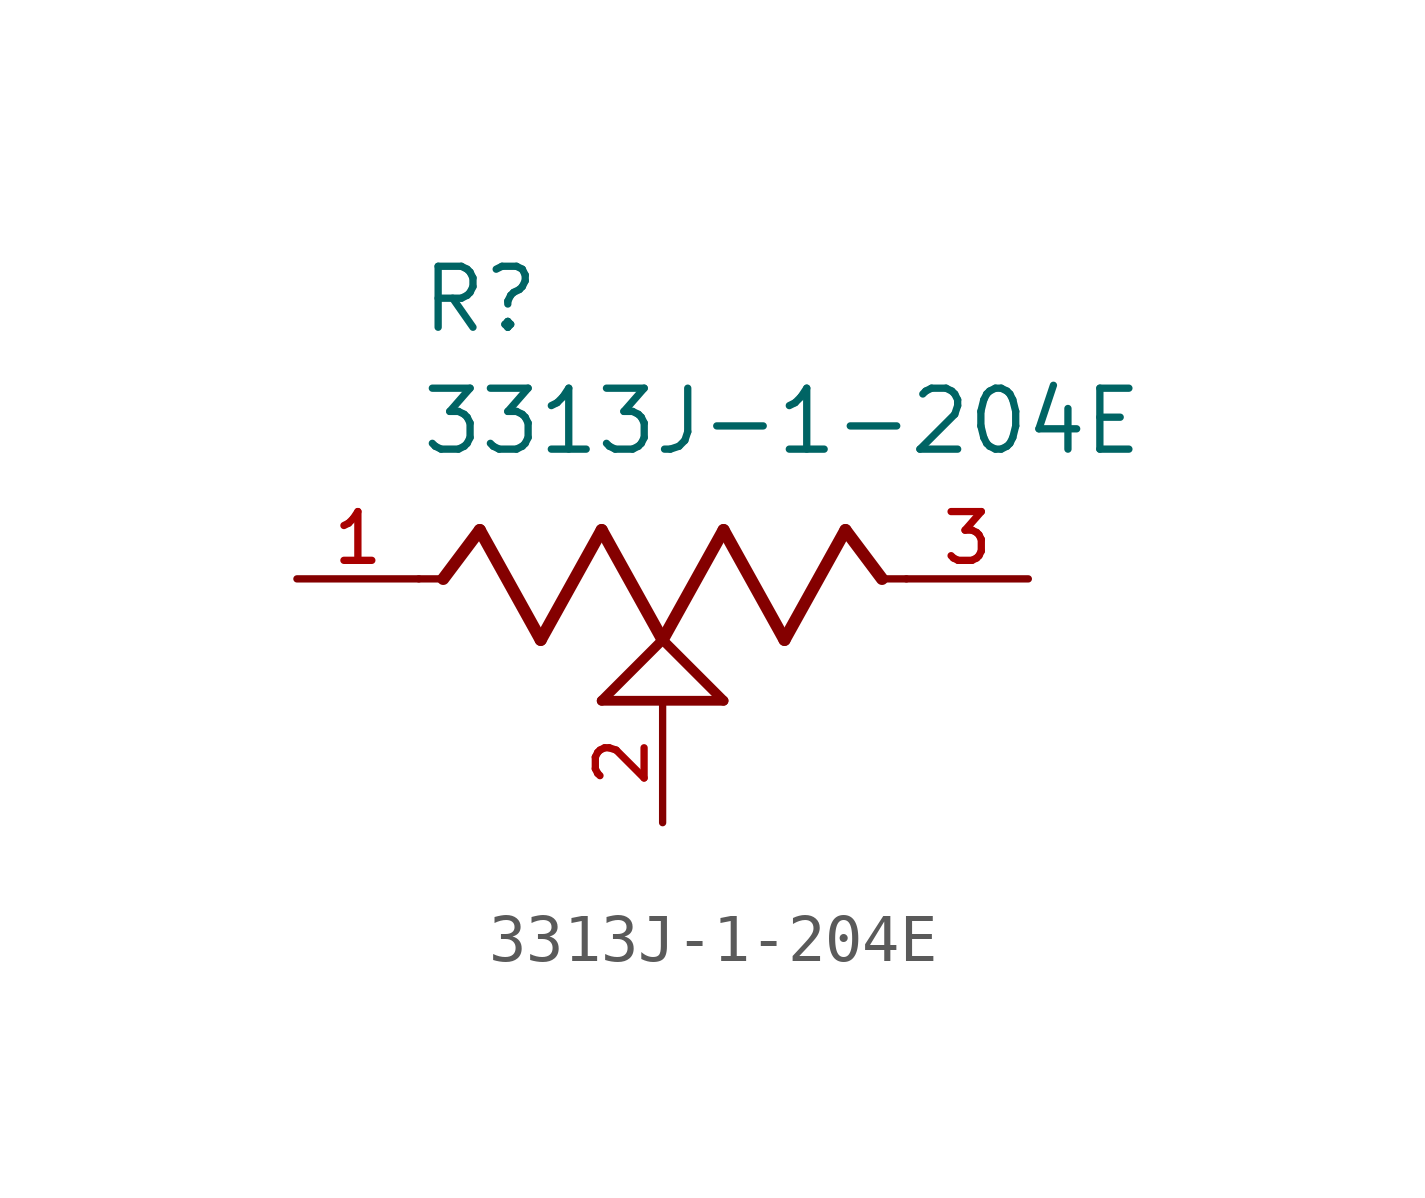
<source format=kicad_sym>
(kicad_symbol_lib
  (version 20211014)
  (generator kicad_symbol_editor)
  (symbol "3313J-1-204E"
    (pin_names
      (offset 1.016))
    (property "Reference" "R"
      (at -5.08 5.08 0)
      (effects (font (size 1.27 1.27)) (justify bottom left)))
    (property "Value" "3313J-1-204E"
      (at -5.08 2.54 0)
      (effects (font (size 1.27 1.27)) (justify bottom left)))
    (symbol "3313J-1-204E_0_0"
      (polyline (pts (xy -5.08 0.0) (xy -4.572 0.0)) (stroke (width 0.152)))
      (polyline (pts (xy -4.572 0.0) (xy -3.81 1.016)) (stroke (width 0.254)))
      (polyline (pts (xy -3.81 1.016) (xy -2.54 -1.27)) (stroke (width 0.254)))
      (polyline (pts (xy -2.54 -1.27) (xy -1.27 1.016)) (stroke (width 0.254)))
      (polyline (pts (xy -1.27 1.016) (xy 0.0 -1.27)) (stroke (width 0.254)))
      (polyline (pts (xy 0.0 -1.27) (xy 1.27 1.016)) (stroke (width 0.254)))
      (polyline (pts (xy 1.27 1.016) (xy 2.54 -1.27)) (stroke (width 0.254)))
      (polyline (pts (xy 2.54 -1.27) (xy 3.81 1.016)) (stroke (width 0.254)))
      (polyline (pts (xy 3.81 1.016) (xy 4.572 0.0)) (stroke (width 0.254)))
      (polyline (pts (xy 4.572 0.0) (xy 5.08 0.0)) (stroke (width 0.152)))
      (polyline (pts (xy 0.0 -1.27) (xy 1.27 -2.54)) (stroke (width 0.203)))
      (polyline (pts (xy -1.27 -2.54) (xy 0.0 -1.27)) (stroke (width 0.203)))
      (polyline (pts (xy 1.27 -2.54) (xy -1.27 -2.54)) (stroke (width 0.203)))
      (pin passive line (at -7.62 0.0 0) (length 2.54) (name "~" (effects (font (size 1.016 1.016)))) (number "1" (effects (font (size 1.016 1.016)))))
      (pin passive line (at 7.62 0.0 180.0) (length 2.54) (name "~" (effects (font (size 1.016 1.016)))) (number "3" (effects (font (size 1.016 1.016)))))
      (pin passive line (at 0.0 -5.08 90.0) (length 2.54) (name "~" (effects (font (size 1.016 1.016)))) (number "2" (effects (font (size 1.016 1.016))))))))
</source>
